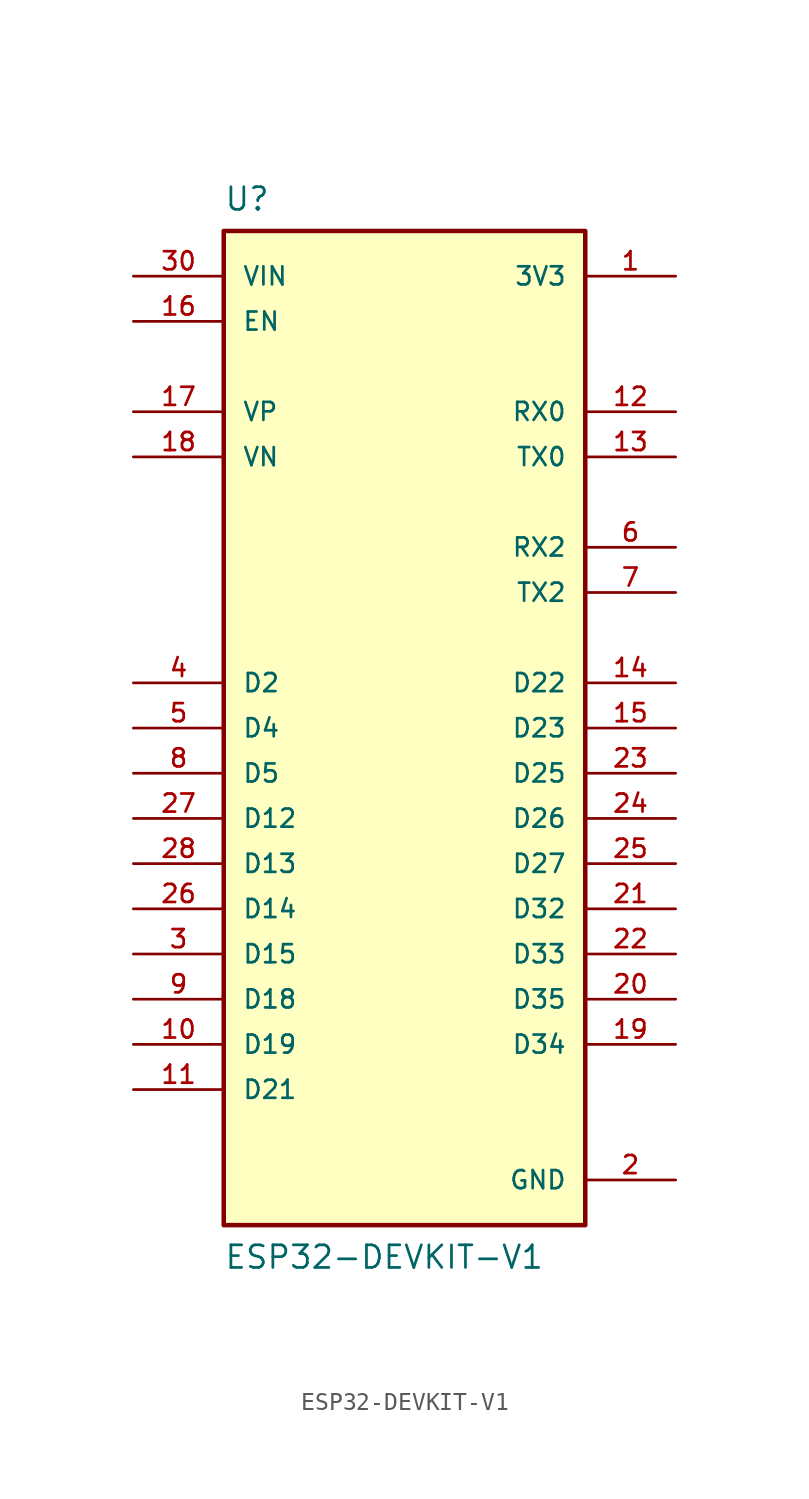
<source format=kicad_sym>
(kicad_symbol_lib
  (version 20211014)
  (generator kicad_symbol_editor)
  (symbol "ESP32-DEVKIT-V1"
    (pin_names
      (offset 1.016))
    (property "Reference" "U"
      (at -10.16 30.48 0)
      (effects (font (size 1.27 1.27)) (justify top left)))
    (property "Value" "ESP32-DEVKIT-V1"
      (at -10.16 -30.48 0)
      (effects (font (size 1.27 1.27)) (justify bottom left)))
    (symbol "ESP32-DEVKIT-V1_0_0"
      (rectangle (start -10.16 -27.94) (end 10.16 27.94) (stroke (width 0.254)) (fill (type background)))
      (pin input line (at -15.24 22.86 0) (length 5.08) (name "EN" (effects (font (size 1.016 1.016)))) (number "16" (effects (font (size 1.016 1.016)))))
      (pin bidirectional line (at -15.24 17.78 0) (length 5.08) (name "VP" (effects (font (size 1.016 1.016)))) (number "17" (effects (font (size 1.016 1.016)))))
      (pin bidirectional line (at -15.24 15.24 0) (length 5.08) (name "VN" (effects (font (size 1.016 1.016)))) (number "18" (effects (font (size 1.016 1.016)))))
      (pin bidirectional line (at 15.24 -17.78 180.0) (length 5.08) (name "D34" (effects (font (size 1.016 1.016)))) (number "19" (effects (font (size 1.016 1.016)))))
      (pin bidirectional line (at 15.24 -15.24 180.0) (length 5.08) (name "D35" (effects (font (size 1.016 1.016)))) (number "20" (effects (font (size 1.016 1.016)))))
      (pin bidirectional line (at 15.24 -10.16 180.0) (length 5.08) (name "D32" (effects (font (size 1.016 1.016)))) (number "21" (effects (font (size 1.016 1.016)))))
      (pin bidirectional line (at 15.24 -12.7 180.0) (length 5.08) (name "D33" (effects (font (size 1.016 1.016)))) (number "22" (effects (font (size 1.016 1.016)))))
      (pin bidirectional line (at 15.24 -2.54 180.0) (length 5.08) (name "D25" (effects (font (size 1.016 1.016)))) (number "23" (effects (font (size 1.016 1.016)))))
      (pin bidirectional line (at 15.24 -5.08 180.0) (length 5.08) (name "D26" (effects (font (size 1.016 1.016)))) (number "24" (effects (font (size 1.016 1.016)))))
      (pin bidirectional line (at 15.24 -7.62 180.0) (length 5.08) (name "D27" (effects (font (size 1.016 1.016)))) (number "25" (effects (font (size 1.016 1.016)))))
      (pin bidirectional line (at -15.24 -10.16 0) (length 5.08) (name "D14" (effects (font (size 1.016 1.016)))) (number "26" (effects (font (size 1.016 1.016)))))
      (pin bidirectional line (at -15.24 -5.08 0) (length 5.08) (name "D12" (effects (font (size 1.016 1.016)))) (number "27" (effects (font (size 1.016 1.016)))))
      (pin bidirectional line (at -15.24 -7.62 0) (length 5.08) (name "D13" (effects (font (size 1.016 1.016)))) (number "28" (effects (font (size 1.016 1.016)))))
      (pin power_in line (at 15.24 -25.4 180.0) (length 5.08) (name "GND" (effects (font (size 1.016 1.016)))) (number "2" (effects (font (size 1.016 1.016)))))
      (pin power_in line (at 15.24 -25.4 180.0) (length 5.08) hide (name "GND" (effects (font (size 1.016 1.016)))) (number "29" (effects (font (size 1.016 1.016)))))
      (pin input line (at -15.24 25.4 0) (length 5.08) (name "VIN" (effects (font (size 1.016 1.016)))) (number "30" (effects (font (size 1.016 1.016)))))
      (pin bidirectional line (at 15.24 0.0 180.0) (length 5.08) (name "D23" (effects (font (size 1.016 1.016)))) (number "15" (effects (font (size 1.016 1.016)))))
      (pin bidirectional line (at 15.24 2.54 180.0) (length 5.08) (name "D22" (effects (font (size 1.016 1.016)))) (number "14" (effects (font (size 1.016 1.016)))))
      (pin output line (at 15.24 15.24 180.0) (length 5.08) (name "TX0" (effects (font (size 1.016 1.016)))) (number "13" (effects (font (size 1.016 1.016)))))
      (pin input line (at 15.24 17.78 180.0) (length 5.08) (name "RX0" (effects (font (size 1.016 1.016)))) (number "12" (effects (font (size 1.016 1.016)))))
      (pin bidirectional line (at -15.24 -20.32 0) (length 5.08) (name "D21" (effects (font (size 1.016 1.016)))) (number "11" (effects (font (size 1.016 1.016)))))
      (pin bidirectional line (at -15.24 -17.78 0) (length 5.08) (name "D19" (effects (font (size 1.016 1.016)))) (number "10" (effects (font (size 1.016 1.016)))))
      (pin bidirectional line (at -15.24 -15.24 0) (length 5.08) (name "D18" (effects (font (size 1.016 1.016)))) (number "9" (effects (font (size 1.016 1.016)))))
      (pin bidirectional line (at -15.24 -2.54 0) (length 5.08) (name "D5" (effects (font (size 1.016 1.016)))) (number "8" (effects (font (size 1.016 1.016)))))
      (pin output line (at 15.24 7.62 180.0) (length 5.08) (name "TX2" (effects (font (size 1.016 1.016)))) (number "7" (effects (font (size 1.016 1.016)))))
      (pin input line (at 15.24 10.16 180.0) (length 5.08) (name "RX2" (effects (font (size 1.016 1.016)))) (number "6" (effects (font (size 1.016 1.016)))))
      (pin bidirectional line (at -15.24 0.0 0) (length 5.08) (name "D4" (effects (font (size 1.016 1.016)))) (number "5" (effects (font (size 1.016 1.016)))))
      (pin bidirectional line (at -15.24 2.54 0) (length 5.08) (name "D2" (effects (font (size 1.016 1.016)))) (number "4" (effects (font (size 1.016 1.016)))))
      (pin bidirectional line (at -15.24 -12.7 0) (length 5.08) (name "D15" (effects (font (size 1.016 1.016)))) (number "3" (effects (font (size 1.016 1.016)))))
      (pin output line (at 15.24 25.4 180.0) (length 5.08) (name "3V3" (effects (font (size 1.016 1.016)))) (number "1" (effects (font (size 1.016 1.016))))))))
</source>
